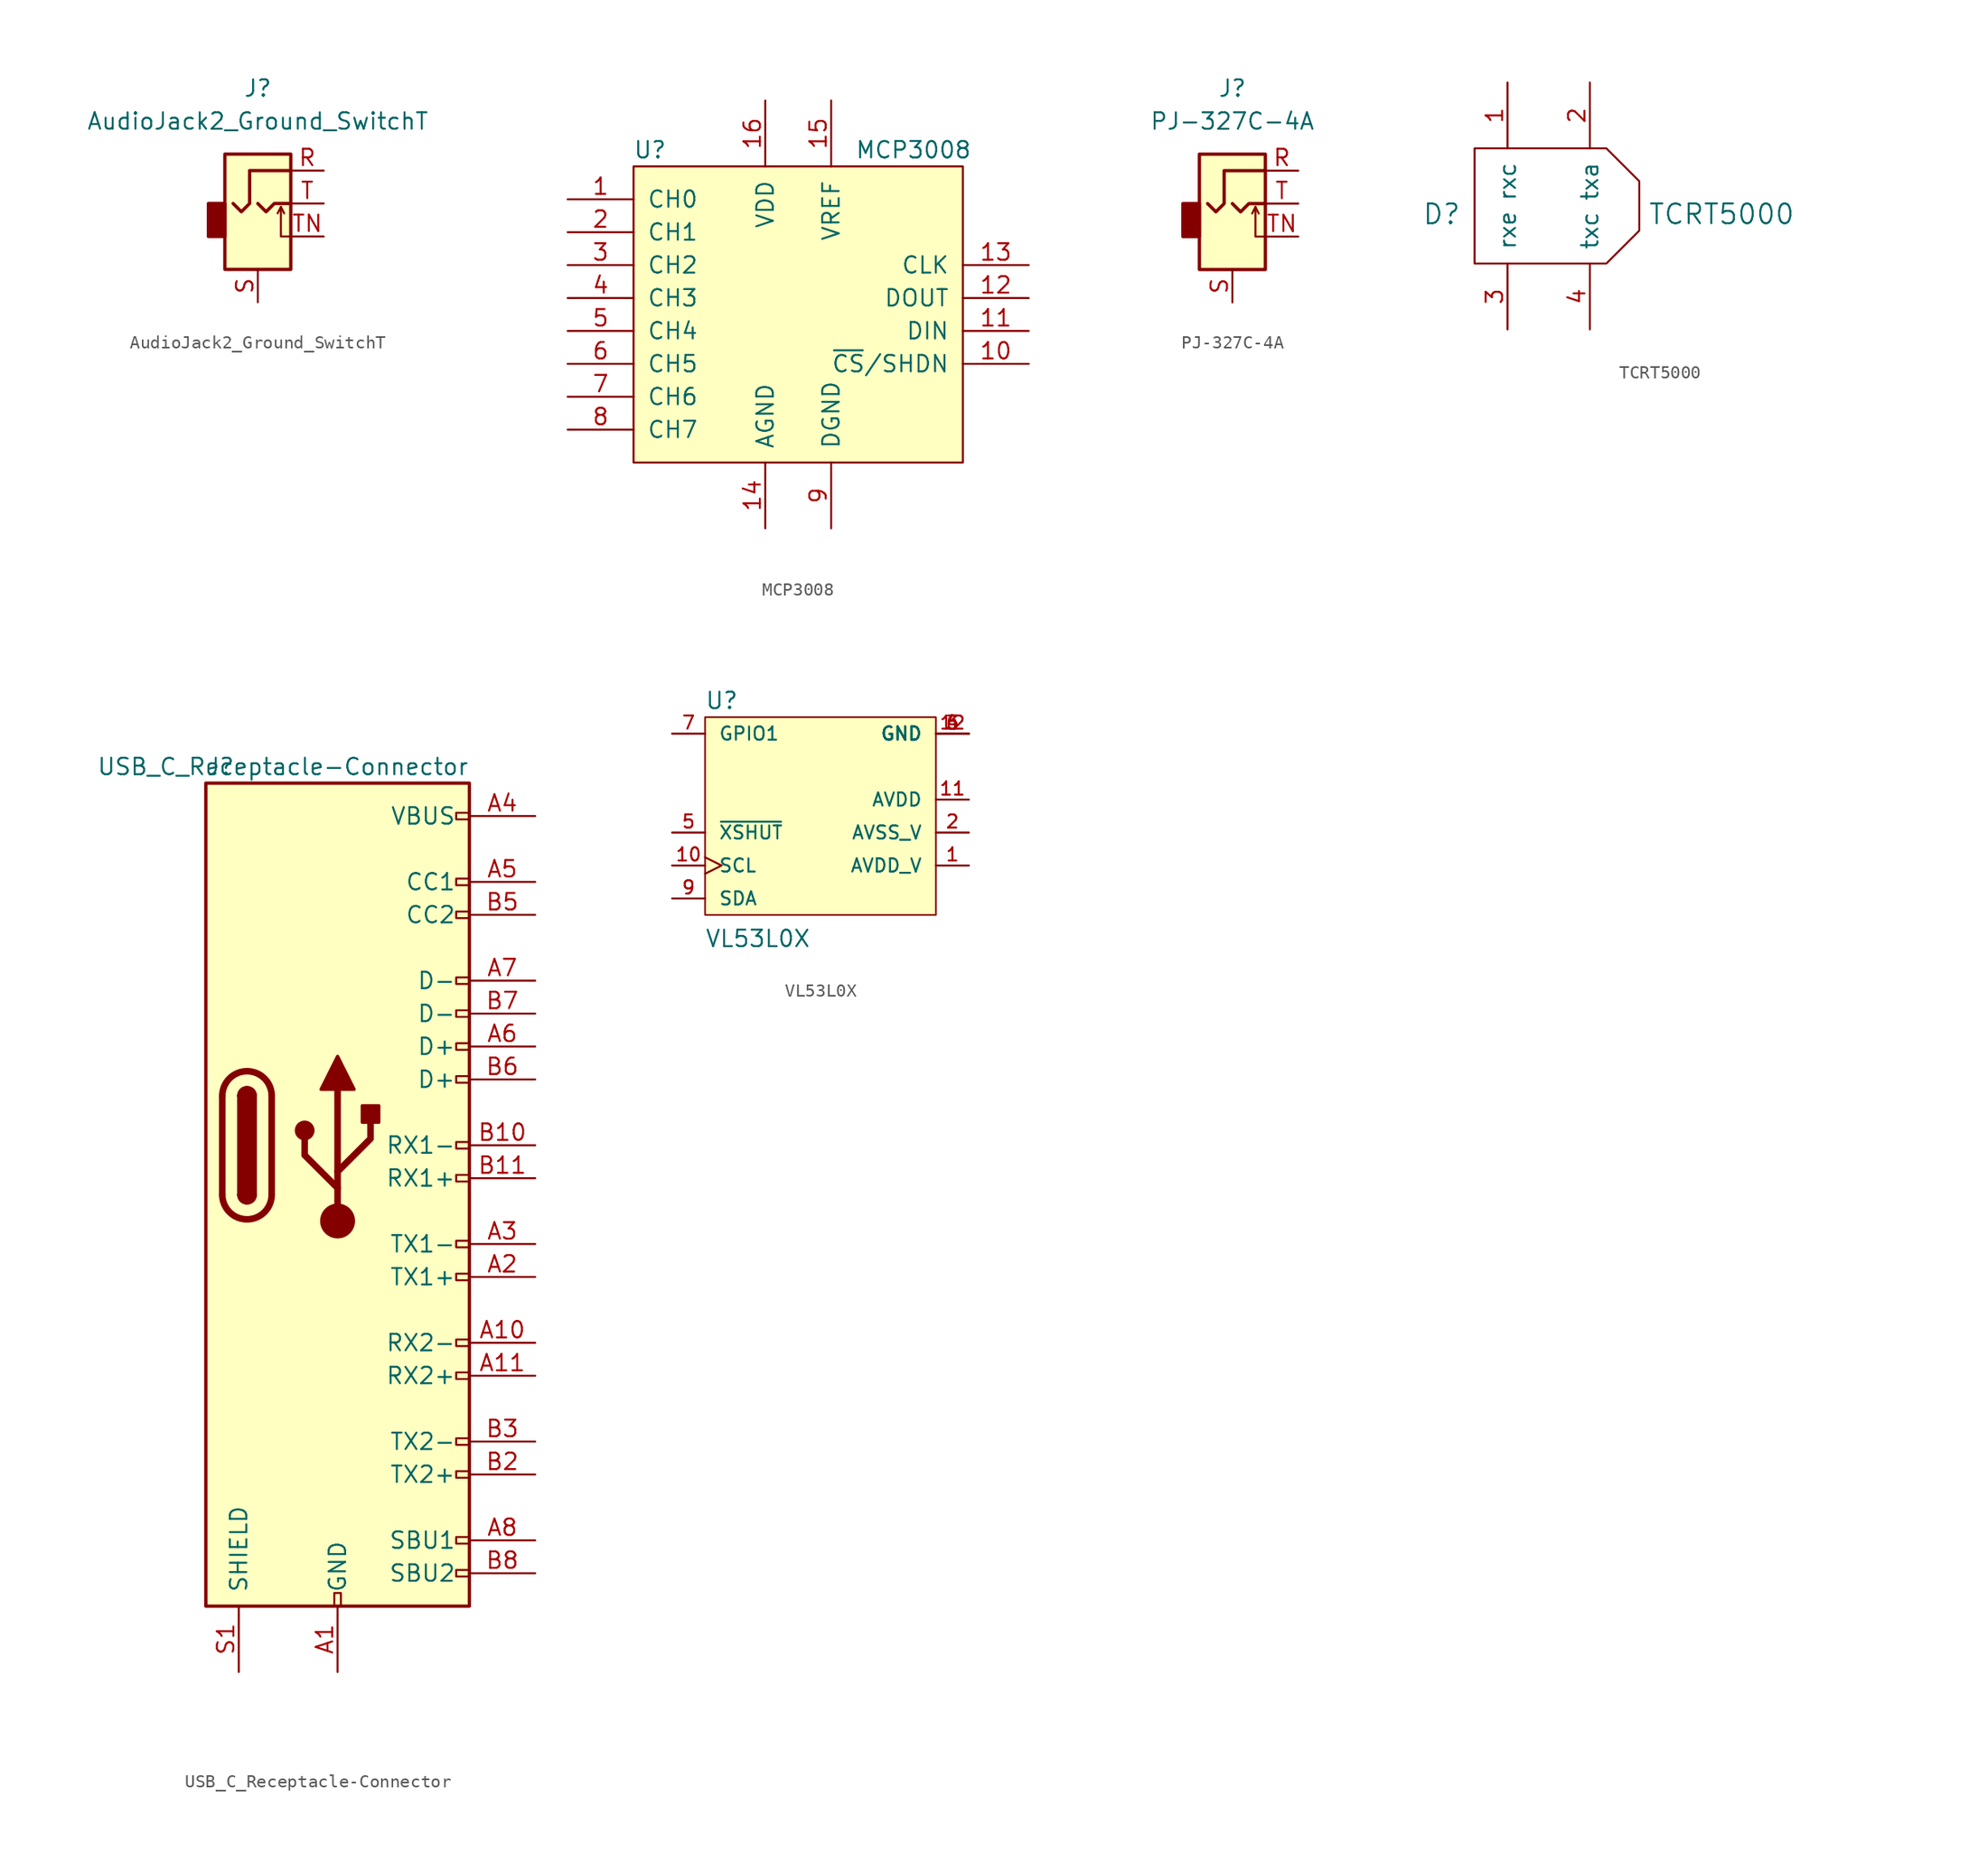
<source format=kicad_sym>
(kicad_symbol_lib
  (version 20220914)
  (generator kicad_symbol_editor)
  (symbol "AudioJack2_Ground_SwitchT"
    (property "Reference" "J"
      (at 0 8.89 0)
      (effects (font (size 1.27 1.27))))
    (property "Value" "AudioJack2_Ground_SwitchT"
      (at 0 6.35 0)
      (effects (font (size 1.27 1.27))))
    (symbol "AudioJack2_Ground_SwitchT_0_1"
      (rectangle (start -2.54 0) (end -3.81 -2.54) (stroke (width 0.254) (type solid)) (fill (type outline)))
      (polyline (pts (xy 1.778 -0.254) (xy 2.032 -0.762)) (stroke (width 0) (type solid)) (fill (type none)))
      (polyline (pts (xy 0 0) (xy 0.635 -0.635) (xy 1.27 0) (xy 2.54 0)) (stroke (width 0.254) (type solid)) (fill (type none)))
      (polyline (pts (xy 2.54 -2.54) (xy 1.778 -2.54) (xy 1.778 -0.254) (xy 1.524 -0.762)) (stroke (width 0) (type solid)) (fill (type none)))
      (polyline (pts (xy 2.54 2.54) (xy -0.635 2.54) (xy -0.635 0) (xy -1.27 -0.635) (xy -1.905 0)) (stroke (width 0.254) (type solid)) (fill (type none)))
      (rectangle (start 2.54 3.81) (end -2.54 -5.08) (stroke (width 0.254) (type solid)) (fill (type background))))
    (symbol "AudioJack2_Ground_SwitchT_1_1"
      (pin passive line (at 5.08 2.54 180) (length 2.54) (name "~" (effects (font (size 1.27 1.27)))) (number "R" (effects (font (size 1.27 1.27)))))
      (pin passive line (at 0 -7.62 90) (length 2.54) (name "~" (effects (font (size 1.27 1.27)))) (number "S" (effects (font (size 1.27 1.27)))))
      (pin passive line (at 5.08 0 180) (length 2.54) (name "~" (effects (font (size 1.27 1.27)))) (number "T" (effects (font (size 1.27 1.27)))))
      (pin passive line (at 5.08 -2.54 180) (length 2.54) (name "~" (effects (font (size 1.27 1.27)))) (number "TN" (effects (font (size 1.27 1.27)))))))
  (symbol "MCP3008"
    (pin_names
      (offset 1.016))
    (property "Reference" "U"
      (at -11.43 11.43 0)
      (effects (font (size 1.27 1.27))))
    (property "Value" "MCP3008"
      (at 8.89 11.43 0)
      (effects (font (size 1.27 1.27))))
    (property "Footprint" ""
      (at -2.54 -2.54 0)
      (effects (font (size 1.27 1.27))))
    (property "Datasheet" ""
      (at 0 0 0)
      (effects (font (size 1.27 1.27))))
    (symbol "MCP3008_1_1"
      (polyline (pts (xy 12.7 10.16) (xy -12.7 10.16) (xy -12.7 0) (xy -12.7 -12.7) (xy 12.7 -12.7) (xy 12.7 10.16)) (stroke (width 0) (type solid)) (fill (type background)))
      (pin output line (at -17.78 7.62 0) (length 5.08) (name "CH0" (effects (font (size 1.27 1.27)))) (number "1" (effects (font (size 1.27 1.27)))))
      (pin input line (at 17.78 -5.08 180) (length 5.08) (name "~{CS}/SHDN" (effects (font (size 1.27 1.27)))) (number "10" (effects (font (size 1.27 1.27)))))
      (pin input line (at 17.78 -2.54 180) (length 5.08) (name "DIN" (effects (font (size 1.27 1.27)))) (number "11" (effects (font (size 1.27 1.27)))))
      (pin output line (at 17.78 0 180) (length 5.08) (name "DOUT" (effects (font (size 1.27 1.27)))) (number "12" (effects (font (size 1.27 1.27)))))
      (pin input line (at 17.78 2.54 180) (length 5.08) (name "CLK" (effects (font (size 1.27 1.27)))) (number "13" (effects (font (size 1.27 1.27)))))
      (pin power_in line (at -2.54 -17.78 90) (length 5.08) (name "AGND" (effects (font (size 1.27 1.27)))) (number "14" (effects (font (size 1.27 1.27)))))
      (pin power_in line (at 2.54 15.24 270) (length 5.08) (name "VREF" (effects (font (size 1.27 1.27)))) (number "15" (effects (font (size 1.27 1.27)))))
      (pin power_in line (at -2.54 15.24 270) (length 5.08) (name "VDD" (effects (font (size 1.27 1.27)))) (number "16" (effects (font (size 1.27 1.27)))))
      (pin output line (at -17.78 5.08 0) (length 5.08) (name "CH1" (effects (font (size 1.27 1.27)))) (number "2" (effects (font (size 1.27 1.27)))))
      (pin output line (at -17.78 2.54 0) (length 5.08) (name "CH2" (effects (font (size 1.27 1.27)))) (number "3" (effects (font (size 1.27 1.27)))))
      (pin output line (at -17.78 0 0) (length 5.08) (name "CH3" (effects (font (size 1.27 1.27)))) (number "4" (effects (font (size 1.27 1.27)))))
      (pin output line (at -17.78 -2.54 0) (length 5.08) (name "CH4" (effects (font (size 1.27 1.27)))) (number "5" (effects (font (size 1.27 1.27)))))
      (pin output line (at -17.78 -5.08 0) (length 5.08) (name "CH5" (effects (font (size 1.27 1.27)))) (number "6" (effects (font (size 1.27 1.27)))))
      (pin output line (at -17.78 -7.62 0) (length 5.08) (name "CH6" (effects (font (size 1.27 1.27)))) (number "7" (effects (font (size 1.27 1.27)))))
      (pin output line (at -17.78 -10.16 0) (length 5.08) (name "CH7" (effects (font (size 1.27 1.27)))) (number "8" (effects (font (size 1.27 1.27)))))
      (pin power_in line (at 2.54 -17.78 90) (length 5.08) (name "DGND" (effects (font (size 1.27 1.27)))) (number "9" (effects (font (size 1.27 1.27)))))))
  (symbol "PJ-327C-4A"
    (property "Reference" "J"
      (at 0 8.89 0)
      (effects (font (size 1.27 1.27))))
    (property "Value" "PJ-327C-4A"
      (at 0 6.35 0)
      (effects (font (size 1.27 1.27))))
    (symbol "PJ-327C-4A_0_1"
      (rectangle (start -2.54 0) (end -3.81 -2.54) (stroke (width 0.254) (type solid)) (fill (type outline)))
      (polyline (pts (xy 1.778 -0.254) (xy 2.032 -0.762)) (stroke (width 0) (type solid)) (fill (type none)))
      (polyline (pts (xy 0 0) (xy 0.635 -0.635) (xy 1.27 0) (xy 2.54 0)) (stroke (width 0.254) (type solid)) (fill (type none)))
      (polyline (pts (xy 2.54 -2.54) (xy 1.778 -2.54) (xy 1.778 -0.254) (xy 1.524 -0.762)) (stroke (width 0) (type solid)) (fill (type none)))
      (polyline (pts (xy 2.54 2.54) (xy -0.635 2.54) (xy -0.635 0) (xy -1.27 -0.635) (xy -1.905 0)) (stroke (width 0.254) (type solid)) (fill (type none)))
      (rectangle (start 2.54 3.81) (end -2.54 -5.08) (stroke (width 0.254) (type solid)) (fill (type background))))
    (symbol "PJ-327C-4A_1_1"
      (pin passive line (at 5.08 2.54 180) (length 2.54) (name "~" (effects (font (size 1.27 1.27)))) (number "R" (effects (font (size 1.27 1.27)))))
      (pin passive line (at 0 -7.62 90) (length 2.54) (name "~" (effects (font (size 1.27 1.27)))) (number "S" (effects (font (size 1.27 1.27)))))
      (pin passive line (at 5.08 0 180) (length 2.54) (name "~" (effects (font (size 1.27 1.27)))) (number "T" (effects (font (size 1.27 1.27)))))
      (pin passive line (at 5.08 -2.54 180) (length 2.54) (name "~" (effects (font (size 1.27 1.27)))) (number "TN" (effects (font (size 1.27 1.27)))))))
  (symbol "TCRT5000"
    (pin_names
      (offset 1.016))
    (property "Reference" "D"
      (at -7.62 -1.27 0)
      (effects (font (size 1.524 1.524))))
    (property "Value" "TCRT5000"
      (at 13.97 -1.27 0)
      (effects (font (size 1.524 1.524))))
    (property "Footprint" ""
      (at 26.67 2.54 0)
      (effects (font (size 1.524 1.524))))
    (property "Datasheet" ""
      (at 26.67 2.54 0)
      (effects (font (size 1.524 1.524))))
    (symbol "TCRT5000_0_1"
      (polyline (pts (xy -5.08 3.81) (xy 5.08 3.81) (xy 7.62 1.27) (xy 7.62 -2.54) (xy 5.08 -5.08) (xy -5.08 -5.08) (xy -5.08 3.81)) (stroke (width 0) (type solid)) (fill (type none))))
    (symbol "TCRT5000_1_1"
      (pin input line (at -2.54 8.89 270) (length 5.08) (name "rxc" (effects (font (size 1.27 1.27)))) (number "1" (effects (font (size 1.27 1.27)))))
      (pin input line (at 3.81 8.89 270) (length 5.08) (name "txa" (effects (font (size 1.27 1.27)))) (number "2" (effects (font (size 1.27 1.27)))))
      (pin input line (at -2.54 -10.16 90) (length 5.08) (name "rxe" (effects (font (size 1.27 1.27)))) (number "3" (effects (font (size 1.27 1.27)))))
      (pin input line (at 3.81 -10.16 90) (length 5.08) (name "txc" (effects (font (size 1.27 1.27)))) (number "4" (effects (font (size 1.27 1.27)))))))
  (symbol "USB_C_Receptacle-Connector"
    (pin_names
      (offset 1.016))
    (property "Reference" "J"
      (at -10.16 29.21 0)
      (effects (font (size 1.27 1.27)) (justify left)))
    (property "Value" "USB_C_Receptacle-Connector"
      (at 10.16 29.21 0)
      (effects (font (size 1.27 1.27)) (justify right)))
    (symbol "USB_C_Receptacle-Connector_0_0"
      (rectangle (start -0.254 -35.56) (end 0.254 -34.544) (stroke (width 0) (type solid)) (fill (type none)))
      (rectangle (start 10.16 -32.766) (end 9.144 -33.274) (stroke (width 0) (type solid)) (fill (type none)))
      (rectangle (start 10.16 -30.226) (end 9.144 -30.734) (stroke (width 0) (type solid)) (fill (type none)))
      (rectangle (start 10.16 -25.146) (end 9.144 -25.654) (stroke (width 0) (type solid)) (fill (type none)))
      (rectangle (start 10.16 -22.606) (end 9.144 -23.114) (stroke (width 0) (type solid)) (fill (type none)))
      (rectangle (start 10.16 -17.526) (end 9.144 -18.034) (stroke (width 0) (type solid)) (fill (type none)))
      (rectangle (start 10.16 -14.986) (end 9.144 -15.494) (stroke (width 0) (type solid)) (fill (type none)))
      (rectangle (start 10.16 -9.906) (end 9.144 -10.414) (stroke (width 0) (type solid)) (fill (type none)))
      (rectangle (start 10.16 -7.366) (end 9.144 -7.874) (stroke (width 0) (type solid)) (fill (type none)))
      (rectangle (start 10.16 -2.286) (end 9.144 -2.794) (stroke (width 0) (type solid)) (fill (type none)))
      (rectangle (start 10.16 0.254) (end 9.144 -0.254) (stroke (width 0) (type solid)) (fill (type none)))
      (rectangle (start 10.16 5.334) (end 9.144 4.826) (stroke (width 0) (type solid)) (fill (type none)))
      (rectangle (start 10.16 7.874) (end 9.144 7.366) (stroke (width 0) (type solid)) (fill (type none)))
      (rectangle (start 10.16 10.414) (end 9.144 9.906) (stroke (width 0) (type solid)) (fill (type none)))
      (rectangle (start 10.16 12.954) (end 9.144 12.446) (stroke (width 0) (type solid)) (fill (type none)))
      (rectangle (start 10.16 18.034) (end 9.144 17.526) (stroke (width 0) (type solid)) (fill (type none)))
      (rectangle (start 10.16 20.574) (end 9.144 20.066) (stroke (width 0) (type solid)) (fill (type none)))
      (rectangle (start 10.16 25.654) (end 9.144 25.146) (stroke (width 0) (type solid)) (fill (type none))))
    (symbol "USB_C_Receptacle-Connector_0_1"
      (rectangle (start -10.16 27.94) (end 10.16 -35.56) (stroke (width 0.254) (type solid)) (fill (type background)))
      (arc (start -8.89 -3.81) (mid -6.985 -5.7067) (end -5.08 -3.81) (stroke (width 0.508) (type solid)) (fill (type none)))
      (arc (start -7.62 -3.81) (mid -6.985 -4.4423) (end -6.35 -3.81) (stroke (width 0.254) (type solid)) (fill (type none)))
      (arc (start -7.62 -3.81) (mid -6.985 -4.4423) (end -6.35 -3.81) (stroke (width 0.254) (type solid)) (fill (type outline)))
      (rectangle (start -7.62 -3.81) (end -6.35 3.81) (stroke (width 0.254) (type solid)) (fill (type outline)))
      (arc (start -6.35 3.81) (mid -6.985 4.4423) (end -7.62 3.81) (stroke (width 0.254) (type solid)) (fill (type none)))
      (arc (start -6.35 3.81) (mid -6.985 4.4423) (end -7.62 3.81) (stroke (width 0.254) (type solid)) (fill (type outline)))
      (arc (start -5.08 3.81) (mid -6.985 5.7067) (end -8.89 3.81) (stroke (width 0.508) (type solid)) (fill (type none)))
      (polyline (pts (xy -8.89 -3.81) (xy -8.89 3.81)) (stroke (width 0.508) (type solid)) (fill (type none)))
      (polyline (pts (xy -5.08 3.81) (xy -5.08 -3.81)) (stroke (width 0.508) (type solid)) (fill (type none))))
    (symbol "USB_C_Receptacle-Connector_1_1"
      (circle (center -2.54 1.143) (radius 0.635) (stroke (width 0.254) (type solid)) (fill (type outline)))
      (circle (center 0 -5.842) (radius 1.27) (stroke (width 0) (type solid)) (fill (type outline)))
      (polyline (pts (xy 0 -5.842) (xy 0 4.318)) (stroke (width 0.508) (type solid)) (fill (type none)))
      (polyline (pts (xy 0 -3.302) (xy -2.54 -0.762) (xy -2.54 0.508)) (stroke (width 0.508) (type solid)) (fill (type none)))
      (polyline (pts (xy 0 -2.032) (xy 2.54 0.508) (xy 2.54 1.778)) (stroke (width 0.508) (type solid)) (fill (type none)))
      (polyline (pts (xy -1.27 4.318) (xy 0 6.858) (xy 1.27 4.318) (xy -1.27 4.318)) (stroke (width 0.254) (type solid)) (fill (type outline)))
      (rectangle (start 1.905 1.778) (end 3.175 3.048) (stroke (width 0.254) (type solid)) (fill (type outline)))
      (pin passive line (at 0 -40.64 90) (length 5.08) (name "GND" (effects (font (size 1.27 1.27)))) (number "A1" (effects (font (size 1.27 1.27)))))
      (pin bidirectional line (at 15.24 -15.24 180) (length 5.08) (name "RX2-" (effects (font (size 1.27 1.27)))) (number "A10" (effects (font (size 1.27 1.27)))))
      (pin bidirectional line (at 15.24 -17.78 180) (length 5.08) (name "RX2+" (effects (font (size 1.27 1.27)))) (number "A11" (effects (font (size 1.27 1.27)))))
      (pin passive line (at 0 -40.64 90) (length 5.08) hide (name "GND" (effects (font (size 1.27 1.27)))) (number "A12" (effects (font (size 1.27 1.27)))))
      (pin bidirectional line (at 15.24 -10.16 180) (length 5.08) (name "TX1+" (effects (font (size 1.27 1.27)))) (number "A2" (effects (font (size 1.27 1.27)))))
      (pin bidirectional line (at 15.24 -7.62 180) (length 5.08) (name "TX1-" (effects (font (size 1.27 1.27)))) (number "A3" (effects (font (size 1.27 1.27)))))
      (pin passive line (at 15.24 25.4 180) (length 5.08) (name "VBUS" (effects (font (size 1.27 1.27)))) (number "A4" (effects (font (size 1.27 1.27)))))
      (pin bidirectional line (at 15.24 20.32 180) (length 5.08) (name "CC1" (effects (font (size 1.27 1.27)))) (number "A5" (effects (font (size 1.27 1.27)))))
      (pin bidirectional line (at 15.24 7.62 180) (length 5.08) (name "D+" (effects (font (size 1.27 1.27)))) (number "A6" (effects (font (size 1.27 1.27)))))
      (pin bidirectional line (at 15.24 12.7 180) (length 5.08) (name "D-" (effects (font (size 1.27 1.27)))) (number "A7" (effects (font (size 1.27 1.27)))))
      (pin bidirectional line (at 15.24 -30.48 180) (length 5.08) (name "SBU1" (effects (font (size 1.27 1.27)))) (number "A8" (effects (font (size 1.27 1.27)))))
      (pin passive line (at 15.24 25.4 180) (length 5.08) hide (name "VBUS" (effects (font (size 1.27 1.27)))) (number "A9" (effects (font (size 1.27 1.27)))))
      (pin passive line (at 0 -40.64 90) (length 5.08) hide (name "GND" (effects (font (size 1.27 1.27)))) (number "B1" (effects (font (size 1.27 1.27)))))
      (pin bidirectional line (at 15.24 0 180) (length 5.08) (name "RX1-" (effects (font (size 1.27 1.27)))) (number "B10" (effects (font (size 1.27 1.27)))))
      (pin bidirectional line (at 15.24 -2.54 180) (length 5.08) (name "RX1+" (effects (font (size 1.27 1.27)))) (number "B11" (effects (font (size 1.27 1.27)))))
      (pin passive line (at 0 -40.64 90) (length 5.08) hide (name "GND" (effects (font (size 1.27 1.27)))) (number "B12" (effects (font (size 1.27 1.27)))))
      (pin bidirectional line (at 15.24 -25.4 180) (length 5.08) (name "TX2+" (effects (font (size 1.27 1.27)))) (number "B2" (effects (font (size 1.27 1.27)))))
      (pin bidirectional line (at 15.24 -22.86 180) (length 5.08) (name "TX2-" (effects (font (size 1.27 1.27)))) (number "B3" (effects (font (size 1.27 1.27)))))
      (pin passive line (at 15.24 25.4 180) (length 5.08) hide (name "VBUS" (effects (font (size 1.27 1.27)))) (number "B4" (effects (font (size 1.27 1.27)))))
      (pin bidirectional line (at 15.24 17.78 180) (length 5.08) (name "CC2" (effects (font (size 1.27 1.27)))) (number "B5" (effects (font (size 1.27 1.27)))))
      (pin bidirectional line (at 15.24 5.08 180) (length 5.08) (name "D+" (effects (font (size 1.27 1.27)))) (number "B6" (effects (font (size 1.27 1.27)))))
      (pin bidirectional line (at 15.24 10.16 180) (length 5.08) (name "D-" (effects (font (size 1.27 1.27)))) (number "B7" (effects (font (size 1.27 1.27)))))
      (pin bidirectional line (at 15.24 -33.02 180) (length 5.08) (name "SBU2" (effects (font (size 1.27 1.27)))) (number "B8" (effects (font (size 1.27 1.27)))))
      (pin passive line (at 15.24 25.4 180) (length 5.08) hide (name "VBUS" (effects (font (size 1.27 1.27)))) (number "B9" (effects (font (size 1.27 1.27)))))
      (pin passive line (at -7.62 -40.64 90) (length 5.08) (name "SHIELD" (effects (font (size 1.27 1.27)))) (number "S1" (effects (font (size 1.27 1.27)))))))
  (symbol "VL53L0X"
    (pin_names
      (offset 1.016))
    (property "Reference" "U"
      (at -7.645 9.423 0)
      (effects (font (size 1.27 1.27)) (justify left bottom)))
    (property "Value" "VL53L0X"
      (at -7.645 -8.915 0)
      (effects (font (size 1.27 1.27)) (justify left bottom)))
    (property "ki_locked" ""
      (at 0 0 0)
      (effects (font (size 1.27 1.27))))
    (symbol "VL53L0X_0_0"
      (rectangle (start -7.62 -6.35) (end 10.16 8.89) (stroke (width 0.127) (type solid)) (fill (type background)))
      (pin power_in line (at 12.7 -2.54 180) (length 2.54) (name "AVDD_V" (effects (font (size 1.016 1.016)))) (number "1" (effects (font (size 1.016 1.016)))))
      (pin input clock (at -10.16 -2.54 0) (length 2.54) (name "SCL" (effects (font (size 1.016 1.016)))) (number "10" (effects (font (size 1.016 1.016)))))
      (pin power_in line (at 12.7 2.54 180) (length 2.54) (name "AVDD" (effects (font (size 1.016 1.016)))) (number "11" (effects (font (size 1.016 1.016)))))
      (pin power_in line (at 12.7 7.62 180) (length 2.54) (name "GND" (effects (font (size 1.016 1.016)))) (number "12" (effects (font (size 1.016 1.016)))))
      (pin power_in line (at 12.7 0 180) (length 2.54) (name "AVSS_V" (effects (font (size 1.016 1.016)))) (number "2" (effects (font (size 1.016 1.016)))))
      (pin power_in line (at 12.7 7.62 180) (length 2.54) (name "GND" (effects (font (size 1.016 1.016)))) (number "3" (effects (font (size 1.016 1.016)))))
      (pin power_in line (at 12.7 7.62 180) (length 2.54) (name "GND" (effects (font (size 1.016 1.016)))) (number "4" (effects (font (size 1.016 1.016)))))
      (pin input line (at -10.16 0 0) (length 2.54) (name "~{XSHUT}" (effects (font (size 1.016 1.016)))) (number "5" (effects (font (size 1.016 1.016)))))
      (pin power_in line (at 12.7 7.62 180) (length 2.54) (name "GND" (effects (font (size 1.016 1.016)))) (number "6" (effects (font (size 1.016 1.016)))))
      (pin output line (at -10.16 7.62 0) (length 2.54) (name "GPIO1" (effects (font (size 1.016 1.016)))) (number "7" (effects (font (size 1.016 1.016)))))
      (pin bidirectional line (at -10.16 -5.08 0) (length 2.54) (name "SDA" (effects (font (size 1.016 1.016)))) (number "9" (effects (font (size 1.016 1.016))))))))
</source>
